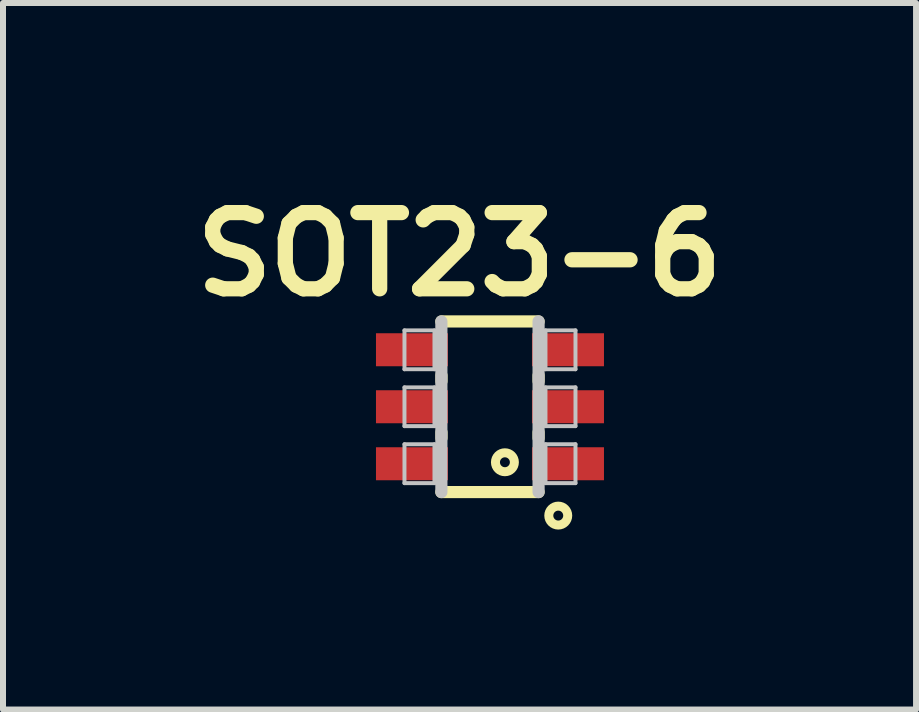
<source format=kicad_pcb>
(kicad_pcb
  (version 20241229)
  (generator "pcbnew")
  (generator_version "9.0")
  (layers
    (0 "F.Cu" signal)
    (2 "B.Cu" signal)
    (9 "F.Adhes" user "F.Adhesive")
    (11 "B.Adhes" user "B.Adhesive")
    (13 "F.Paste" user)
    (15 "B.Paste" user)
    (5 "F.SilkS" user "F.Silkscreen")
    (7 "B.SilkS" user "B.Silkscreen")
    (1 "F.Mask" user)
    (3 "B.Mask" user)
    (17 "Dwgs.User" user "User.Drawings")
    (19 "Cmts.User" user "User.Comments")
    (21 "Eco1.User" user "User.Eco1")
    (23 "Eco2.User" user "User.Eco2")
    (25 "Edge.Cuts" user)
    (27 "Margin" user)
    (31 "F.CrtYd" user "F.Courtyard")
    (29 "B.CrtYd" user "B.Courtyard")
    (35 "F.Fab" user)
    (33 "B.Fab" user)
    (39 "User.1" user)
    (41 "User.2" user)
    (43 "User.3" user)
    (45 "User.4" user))
  (footprint "SOT23-6"
    (layer "F.Cu")
    (at 5.116 3.729)
    (property "Reference" "SOT23-6" (at -0.508 -2.54 0) (layer "F.SilkS") (effects (font (size 1.27 1.27) (thickness 0.254))))
    (attr smd)
    (fp_line (start -0.81 -1.422) (end 0.81 -1.422) (stroke (width 0.203) (type solid)) (layer "F.SilkS"))
    (fp_line (start -0.808 -0.521) (end -0.808 -0.427) (stroke (width 0.203) (type solid)) (layer "F.SilkS"))
    (fp_line (start -0.808 0.427) (end -0.808 0.521) (stroke (width 0.203) (type solid)) (layer "F.SilkS"))
    (fp_line (start 0.81 -0.521) (end 0.81 -0.427) (stroke (width 0.203) (type solid)) (layer "F.SilkS"))
    (fp_line (start 0.81 0.427) (end 0.81 0.521) (stroke (width 0.203) (type solid)) (layer "F.SilkS"))
    (fp_line (start 0.81 1.422) (end -0.81 1.422) (stroke (width 0.203) (type solid)) (layer "F.SilkS"))
    (fp_circle (center 0.249 0.925) (end 0.361 1.036) (stroke (width 0.15) (type solid)) (fill no) (layer "F.SilkS"))
    (fp_circle (center 1.138 1.814) (end 1.25 1.925) (stroke (width 0.15) (type solid)) (fill no) (layer "F.SilkS"))
    (fp_line (start -1.425 -1.273) (end -0.925 -1.273) (stroke (width 0.066) (type solid)) (layer "Dwgs.User"))
    (fp_line (start -1.425 -0.625) (end -1.425 -1.273) (stroke (width 0.066) (type solid)) (layer "Dwgs.User"))
    (fp_line (start -1.425 -0.625) (end -0.925 -0.625) (stroke (width 0.066) (type solid)) (layer "Dwgs.User"))
    (fp_line (start -1.425 -0.323) (end -0.925 -0.323) (stroke (width 0.066) (type solid)) (layer "Dwgs.User"))
    (fp_line (start -1.425 0.323) (end -1.425 -0.323) (stroke (width 0.066) (type solid)) (layer "Dwgs.User"))
    (fp_line (start -1.425 0.323) (end -0.925 0.323) (stroke (width 0.066) (type solid)) (layer "Dwgs.User"))
    (fp_line (start -1.425 0.625) (end -0.925 0.625) (stroke (width 0.066) (type solid)) (layer "Dwgs.User"))
    (fp_line (start -1.425 1.273) (end -1.425 0.625) (stroke (width 0.066) (type solid)) (layer "Dwgs.User"))
    (fp_line (start -1.425 1.273) (end -0.925 1.273) (stroke (width 0.066) (type solid)) (layer "Dwgs.User"))
    (fp_line (start -0.925 -0.625) (end -0.925 -1.273) (stroke (width 0.066) (type solid)) (layer "Dwgs.User"))
    (fp_line (start -0.925 0.323) (end -0.925 -0.323) (stroke (width 0.066) (type solid)) (layer "Dwgs.User"))
    (fp_line (start -0.925 1.273) (end -0.925 0.625) (stroke (width 0.066) (type solid)) (layer "Dwgs.User"))
    (fp_line (start -0.81 1.422) (end -0.81 -1.422) (stroke (width 0.203) (type solid)) (layer "Dwgs.User"))
    (fp_line (start 0.81 -1.422) (end 0.81 1.422) (stroke (width 0.203) (type solid)) (layer "Dwgs.User"))
    (fp_line (start 0.925 -1.273) (end 1.425 -1.273) (stroke (width 0.066) (type solid)) (layer "Dwgs.User"))
    (fp_line (start 0.925 -0.625) (end 0.925 -1.273) (stroke (width 0.066) (type solid)) (layer "Dwgs.User"))
    (fp_line (start 0.925 -0.625) (end 1.425 -0.625) (stroke (width 0.066) (type solid)) (layer "Dwgs.User"))
    (fp_line (start 0.925 -0.323) (end 1.425 -0.323) (stroke (width 0.066) (type solid)) (layer "Dwgs.User"))
    (fp_line (start 0.925 0.323) (end 0.925 -0.323) (stroke (width 0.066) (type solid)) (layer "Dwgs.User"))
    (fp_line (start 0.925 0.323) (end 1.425 0.323) (stroke (width 0.066) (type solid)) (layer "Dwgs.User"))
    (fp_line (start 0.925 0.625) (end 1.425 0.625) (stroke (width 0.066) (type solid)) (layer "Dwgs.User"))
    (fp_line (start 0.925 1.273) (end 0.925 0.625) (stroke (width 0.066) (type solid)) (layer "Dwgs.User"))
    (fp_line (start 0.925 1.273) (end 1.425 1.273) (stroke (width 0.066) (type solid)) (layer "Dwgs.User"))
    (fp_line (start 1.425 -0.625) (end 1.425 -1.273) (stroke (width 0.066) (type solid)) (layer "Dwgs.User"))
    (fp_line (start 1.425 0.323) (end 1.425 -0.323) (stroke (width 0.066) (type solid)) (layer "Dwgs.User"))
    (fp_line (start 1.425 1.273) (end 1.425 0.625) (stroke (width 0.066) (type solid)) (layer "Dwgs.User"))
    (pad "1" smd rect (at 1.3 0.95 90) (size 0.55 1.2) (layers "F.Cu" "F.Mask" "F.Paste"))
    (pad "2" smd rect (at 1.3 0 90) (size 0.55 1.2) (layers "F.Cu" "F.Mask" "F.Paste"))
    (pad "3" smd rect (at 1.3 -0.95 90) (size 0.55 1.2) (layers "F.Cu" "F.Mask" "F.Paste"))
    (pad "4" smd rect (at -1.3 -0.95 90) (size 0.55 1.2) (layers "F.Cu" "F.Mask" "F.Paste"))
    (pad "5" smd rect (at -1.3 0 90) (size 0.55 1.2) (layers "F.Cu" "F.Mask" "F.Paste"))
    (pad "6" smd rect (at -1.3 0.95 90) (size 0.55 1.2) (layers "F.Cu" "F.Mask" "F.Paste")))
  (gr_rect
    (start -3 -3)
    (end 12.217 8.775)
    (stroke (width 0.1) (type default))
    (fill no)
    (layer "Edge.Cuts")))
</source>
